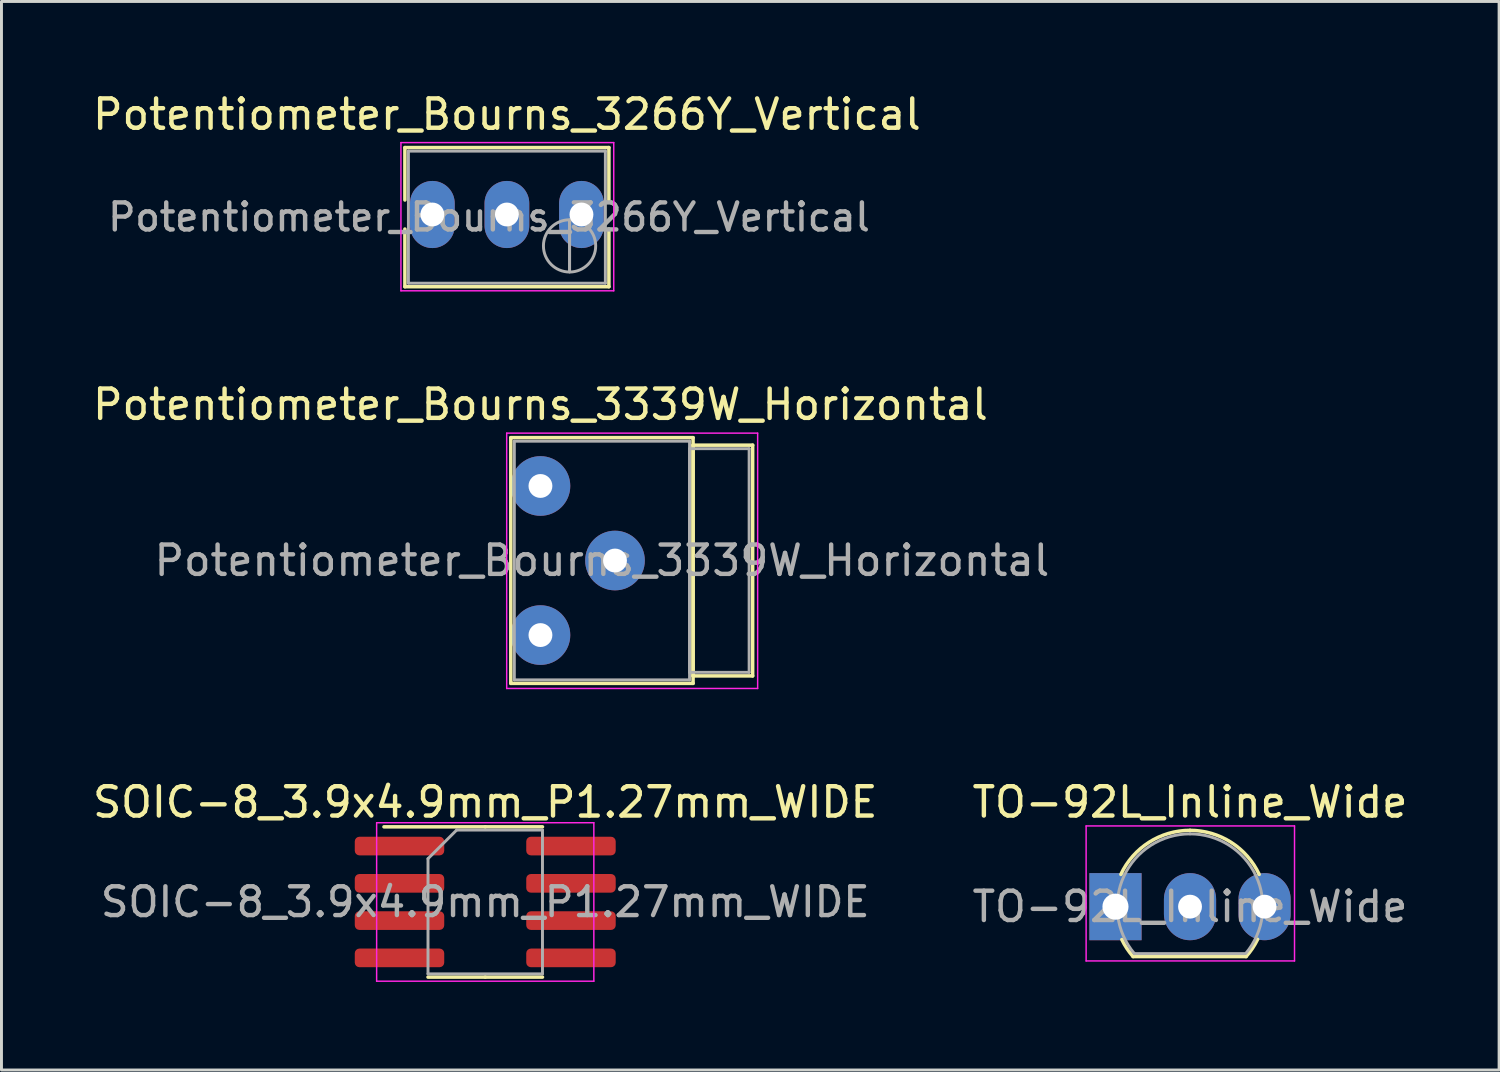
<source format=kicad_pcb>
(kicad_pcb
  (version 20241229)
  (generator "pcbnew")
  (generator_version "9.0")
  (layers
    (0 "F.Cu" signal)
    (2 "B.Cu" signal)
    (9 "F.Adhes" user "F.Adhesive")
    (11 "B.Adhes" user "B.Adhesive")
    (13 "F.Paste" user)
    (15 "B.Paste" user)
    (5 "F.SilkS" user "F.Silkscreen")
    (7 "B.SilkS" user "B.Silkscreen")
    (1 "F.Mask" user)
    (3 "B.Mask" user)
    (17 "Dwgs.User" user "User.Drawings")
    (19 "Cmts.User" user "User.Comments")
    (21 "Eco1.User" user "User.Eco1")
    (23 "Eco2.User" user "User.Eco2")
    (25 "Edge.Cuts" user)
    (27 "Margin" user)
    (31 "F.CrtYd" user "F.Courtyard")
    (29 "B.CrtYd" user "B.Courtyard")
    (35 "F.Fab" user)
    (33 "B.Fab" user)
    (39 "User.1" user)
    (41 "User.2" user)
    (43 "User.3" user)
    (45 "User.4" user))
  (footprint "Potentiometer_Bourns_3339W_Horizontal"
    (layer "F.Cu")
    (at 15.363 13.507)
    (property "Reference" "Potentiometer_Bourns_3339W_Horizontal" (at 0 -2.775 0) (layer "F.SilkS") (effects (font (size 1 1) (thickness 0.15))))
    (attr through_hole)
    (fp_line (start -1.01 -1.646) (end -1.01 6.725) (stroke (width 0.12) (type solid)) (layer "F.SilkS"))
    (fp_line (start -1.01 -1.646) (end 5.2 -1.646) (stroke (width 0.12) (type solid)) (layer "F.SilkS"))
    (fp_line (start -1.01 6.725) (end 5.2 6.725) (stroke (width 0.12) (type solid)) (layer "F.SilkS"))
    (fp_line (start 5.2 -1.646) (end 5.2 6.725) (stroke (width 0.12) (type solid)) (layer "F.SilkS"))
    (fp_line (start 5.2 -1.39) (end 5.2 6.471) (stroke (width 0.12) (type solid)) (layer "F.SilkS"))
    (fp_line (start 5.2 -1.39) (end 7.23 -1.39) (stroke (width 0.12) (type solid)) (layer "F.SilkS"))
    (fp_line (start 5.2 6.471) (end 7.23 6.471) (stroke (width 0.12) (type solid)) (layer "F.SilkS"))
    (fp_line (start 7.23 -1.39) (end 7.23 6.471) (stroke (width 0.12) (type solid)) (layer "F.SilkS"))
    (fp_line (start -1.15 -1.8) (end -1.15 6.9) (stroke (width 0.05) (type solid)) (layer "F.CrtYd"))
    (fp_line (start -1.15 6.9) (end 7.4 6.9) (stroke (width 0.05) (type solid)) (layer "F.CrtYd"))
    (fp_line (start 7.4 -1.8) (end -1.15 -1.8) (stroke (width 0.05) (type solid)) (layer "F.CrtYd"))
    (fp_line (start 7.4 6.9) (end 7.4 -1.8) (stroke (width 0.05) (type solid)) (layer "F.CrtYd"))
    (fp_line (start -0.89 -1.525) (end -0.89 6.605) (stroke (width 0.1) (type solid)) (layer "F.Fab"))
    (fp_line (start -0.89 6.605) (end 5.08 6.605) (stroke (width 0.1) (type solid)) (layer "F.Fab"))
    (fp_line (start 5.08 -1.525) (end -0.89 -1.525) (stroke (width 0.1) (type solid)) (layer "F.Fab"))
    (fp_line (start 5.08 -1.27) (end 5.08 6.35) (stroke (width 0.1) (type solid)) (layer "F.Fab"))
    (fp_line (start 5.08 6.35) (end 7.11 6.35) (stroke (width 0.1) (type solid)) (layer "F.Fab"))
    (fp_line (start 5.08 6.605) (end 5.08 -1.525) (stroke (width 0.1) (type solid)) (layer "F.Fab"))
    (fp_line (start 7.11 -1.27) (end 5.08 -1.27) (stroke (width 0.1) (type solid)) (layer "F.Fab"))
    (fp_line (start 7.11 6.35) (end 7.11 -1.27) (stroke (width 0.1) (type solid)) (layer "F.Fab"))
    (fp_text user "${REFERENCE}" (at 2.095 2.54 0) (layer "F.Fab") (effects (font (size 1 1) (thickness 0.15))))
    (pad "1" thru_hole circle (at 0 0) (size 2.032 2.032) (drill 0.813) (layers "*.Cu" "*.Mask"))
    (pad "2" thru_hole circle (at 2.54 2.54) (size 2.032 2.032) (drill 0.813) (layers "*.Cu" "*.Mask"))
    (pad "3" thru_hole circle (at 0 5.08) (size 2.032 2.032) (drill 0.813) (layers "*.Cu" "*.Mask")))
  (footprint "TO-92L_Inline_Wide"
    (layer "F.Cu")
    (at 34.954 27.84)
    (property "Reference" "TO-92L_Inline_Wide" (at 2.54 -3.56 0) (layer "F.SilkS") (effects (font (size 1 1) (thickness 0.15))))
    (attr through_hole)
    (fp_line (start 0.6 1.7) (end 4.45 1.7) (stroke (width 0.12) (type solid)) (layer "F.SilkS"))
    (fp_arc (start 0.1836 -1.098807) (mid 1.143021 -2.192817) (end 2.54 -2.6) (stroke (width 0.12) (type solid)) (layer "F.SilkS"))
    (fp_arc (start 0.6 1.7) (mid 0.389183 1.423933) (end 0.217369 1.122045) (stroke (width 0.12) (type solid)) (layer "F.SilkS"))
    (fp_arc (start 2.54 -2.6) (mid 3.936979 -2.192818) (end 4.8964 -1.098807) (stroke (width 0.12) (type solid)) (layer "F.SilkS"))
    (fp_arc (start 4.842383 1.112264) (mid 4.666594 1.419753) (end 4.45 1.7) (stroke (width 0.12) (type solid)) (layer "F.SilkS"))
    (fp_line (start -1 -2.75) (end -1 1.85) (stroke (width 0.05) (type solid)) (layer "F.CrtYd"))
    (fp_line (start -1 -2.75) (end 6.1 -2.75) (stroke (width 0.05) (type solid)) (layer "F.CrtYd"))
    (fp_line (start 6.1 1.85) (end -1 1.85) (stroke (width 0.05) (type solid)) (layer "F.CrtYd"))
    (fp_line (start 6.1 1.85) (end 6.1 -2.75) (stroke (width 0.05) (type solid)) (layer "F.CrtYd"))
    (fp_line (start 0.65 1.6) (end 4.4 1.6) (stroke (width 0.1) (type solid)) (layer "F.Fab"))
    (fp_arc (start 0.647182 1.602385) (mid 0.290076 -1.043188) (end 2.54 -2.48) (stroke (width 0.1) (type solid)) (layer "F.Fab"))
    (fp_arc (start 2.54 -2.48) (mid 4.787211 -1.049019) (end 4.441103 1.592547) (stroke (width 0.1) (type solid)) (layer "F.Fab"))
    (fp_text user "${REFERENCE}" (at 2.54 0 0) (layer "F.Fab") (effects (font (size 1 1) (thickness 0.15))))
    (pad "1" thru_hole rect (at 0 0) (size 1.778 2.286) (drill 0.889) (layers "*.Cu" "*.Mask"))
    (pad "2" thru_hole oval (at 2.54 0) (size 1.778 2.286) (drill 0.813) (layers "*.Cu" "*.Mask"))
    (pad "3" thru_hole oval (at 5.08 0) (size 1.778 2.286) (drill 0.813) (layers "*.Cu" "*.Mask")))
  (footprint "SOIC-8_3.9x4.9mm_P1.27mm_WIDE"
    (layer "F.Cu")
    (at 13.482 27.68)
    (property "Reference" "SOIC-8_3.9x4.9mm_P1.27mm_WIDE" (at 0 -3.4 0) (layer "F.SilkS") (effects (font (size 1 1) (thickness 0.15))))
    (attr smd)
    (fp_line (start 0 -2.56) (end -3.45 -2.56) (stroke (width 0.12) (type solid)) (layer "F.SilkS"))
    (fp_line (start 0 -2.56) (end 1.95 -2.56) (stroke (width 0.12) (type solid)) (layer "F.SilkS"))
    (fp_line (start 0 2.56) (end -1.95 2.56) (stroke (width 0.12) (type solid)) (layer "F.SilkS"))
    (fp_line (start 0 2.56) (end 1.95 2.56) (stroke (width 0.12) (type solid)) (layer "F.SilkS"))
    (fp_line (start -3.7 -2.7) (end -3.7 2.7) (stroke (width 0.05) (type solid)) (layer "F.CrtYd"))
    (fp_line (start -3.7 2.7) (end 3.7 2.7) (stroke (width 0.05) (type solid)) (layer "F.CrtYd"))
    (fp_line (start 3.7 -2.7) (end -3.7 -2.7) (stroke (width 0.05) (type solid)) (layer "F.CrtYd"))
    (fp_line (start 3.7 2.7) (end 3.7 -2.7) (stroke (width 0.05) (type solid)) (layer "F.CrtYd"))
    (fp_line (start -1.95 -1.475) (end -0.975 -2.45) (stroke (width 0.1) (type solid)) (layer "F.Fab"))
    (fp_line (start -1.95 2.45) (end -1.95 -1.475) (stroke (width 0.1) (type solid)) (layer "F.Fab"))
    (fp_line (start -0.975 -2.45) (end 1.95 -2.45) (stroke (width 0.1) (type solid)) (layer "F.Fab"))
    (fp_line (start 1.95 -2.45) (end 1.95 2.45) (stroke (width 0.1) (type solid)) (layer "F.Fab"))
    (fp_line (start 1.95 2.45) (end -1.95 2.45) (stroke (width 0.1) (type solid)) (layer "F.Fab"))
    (fp_text user "${REFERENCE}" (at 0 0 0) (layer "F.Fab") (effects (font (size 0.98 0.98) (thickness 0.15))))
    (pad "1" smd roundrect (at -2.921 -1.905) (size 3.048 0.635) (layers "F.Cu" "F.Mask" "F.Paste") (roundrect_rratio 0.25))
    (pad "2" smd roundrect (at -2.921 -0.635) (size 3.048 0.635) (layers "F.Cu" "F.Mask" "F.Paste") (roundrect_rratio 0.25))
    (pad "3" smd roundrect (at -2.921 0.635) (size 3.048 0.635) (layers "F.Cu" "F.Mask" "F.Paste") (roundrect_rratio 0.25))
    (pad "4" smd roundrect (at -2.921 1.905) (size 3.048 0.635) (layers "F.Cu" "F.Mask" "F.Paste") (roundrect_rratio 0.25))
    (pad "5" smd roundrect (at 2.921 1.905) (size 3.048 0.635) (layers "F.Cu" "F.Mask" "F.Paste") (roundrect_rratio 0.25))
    (pad "6" smd roundrect (at 2.921 0.635) (size 3.048 0.635) (layers "F.Cu" "F.Mask" "F.Paste") (roundrect_rratio 0.25))
    (pad "7" smd roundrect (at 2.921 -0.635) (size 3.048 0.635) (layers "F.Cu" "F.Mask" "F.Paste") (roundrect_rratio 0.25))
    (pad "8" smd roundrect (at 2.921 -1.905) (size 3.048 0.635) (layers "F.Cu" "F.Mask" "F.Paste") (roundrect_rratio 0.25)))
  (footprint "Potentiometer_Bourns_3266Y_Vertical"
    (layer "F.Cu")
    (at 16.76 4.258)
    (property "Reference" "Potentiometer_Bourns_3266Y_Vertical" (at -2.54 -3.41 0) (layer "F.SilkS") (effects (font (size 1 1) (thickness 0.15))))
    (attr through_hole)
    (fp_line (start -6.015 -2.28) (end -6.015 -0.494) (stroke (width 0.12) (type solid)) (layer "F.SilkS"))
    (fp_line (start -6.015 -2.28) (end 0.935 -2.28) (stroke (width 0.12) (type solid)) (layer "F.SilkS"))
    (fp_line (start -6.015 0.496) (end -6.015 2.46) (stroke (width 0.12) (type solid)) (layer "F.SilkS"))
    (fp_line (start -6.015 2.46) (end 0.935 2.46) (stroke (width 0.12) (type solid)) (layer "F.SilkS"))
    (fp_line (start 0.935 -2.28) (end 0.935 -0.494) (stroke (width 0.12) (type solid)) (layer "F.SilkS"))
    (fp_line (start 0.935 0.496) (end 0.935 2.46) (stroke (width 0.12) (type solid)) (layer "F.SilkS"))
    (fp_line (start -6.15 -2.45) (end -6.15 2.6) (stroke (width 0.05) (type solid)) (layer "F.CrtYd"))
    (fp_line (start -6.15 2.6) (end 1.1 2.6) (stroke (width 0.05) (type solid)) (layer "F.CrtYd"))
    (fp_line (start 1.1 -2.45) (end -6.15 -2.45) (stroke (width 0.05) (type solid)) (layer "F.CrtYd"))
    (fp_line (start 1.1 2.6) (end 1.1 -2.45) (stroke (width 0.05) (type solid)) (layer "F.CrtYd"))
    (fp_line (start -5.895 -2.16) (end -5.895 2.34) (stroke (width 0.1) (type solid)) (layer "F.Fab"))
    (fp_line (start -5.895 2.34) (end 0.815 2.34) (stroke (width 0.1) (type solid)) (layer "F.Fab"))
    (fp_line (start -0.405 1.952) (end -0.404 0.189) (stroke (width 0.1) (type solid)) (layer "F.Fab"))
    (fp_line (start -0.405 1.952) (end -0.404 0.189) (stroke (width 0.1) (type solid)) (layer "F.Fab"))
    (fp_line (start 0.815 -2.16) (end -5.895 -2.16) (stroke (width 0.1) (type solid)) (layer "F.Fab"))
    (fp_line (start 0.815 2.34) (end 0.815 -2.16) (stroke (width 0.1) (type solid)) (layer "F.Fab"))
    (fp_circle (center -0.405 1.07) (end 0.485 1.07) (stroke (width 0.1) (type solid)) (fill no) (layer "F.Fab"))
    (fp_text user "${REFERENCE}" (at -3.15 0.09 0) (layer "F.Fab") (effects (font (size 0.92 0.92) (thickness 0.15))))
    (pad "1" thru_hole oval (at 0 0) (size 1.524 2.286) (drill 0.813) (layers "*.Cu" "*.Mask"))
    (pad "2" thru_hole oval (at -2.54 0) (size 1.524 2.286) (drill 0.813) (layers "*.Cu" "*.Mask"))
    (pad "3" thru_hole oval (at -5.08 0) (size 1.524 2.286) (drill 0.813) (layers "*.Cu" "*.Mask")))
  (gr_rect
    (start -3 -3)
    (end 48.024 33.405)
    (stroke (width 0.1) (type default))
    (fill no)
    (layer "Edge.Cuts")))
</source>
